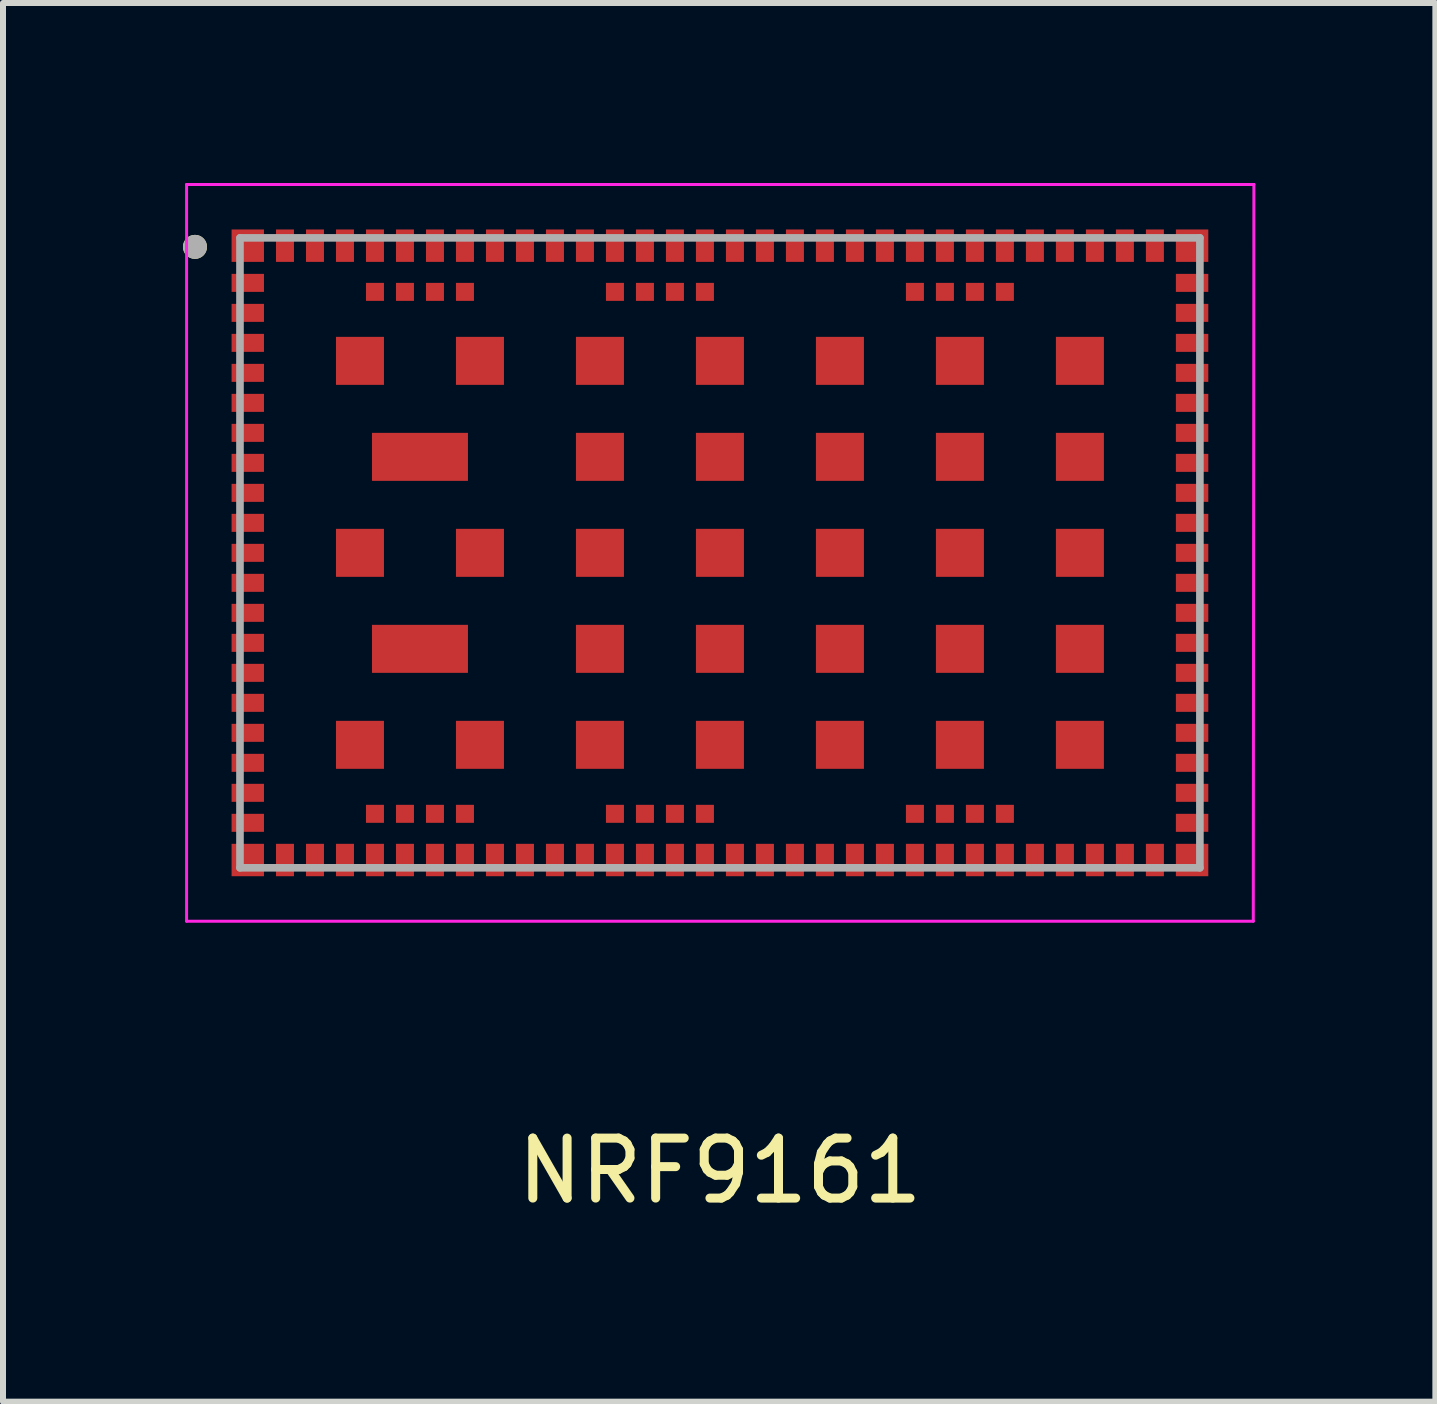
<source format=kicad_pcb>
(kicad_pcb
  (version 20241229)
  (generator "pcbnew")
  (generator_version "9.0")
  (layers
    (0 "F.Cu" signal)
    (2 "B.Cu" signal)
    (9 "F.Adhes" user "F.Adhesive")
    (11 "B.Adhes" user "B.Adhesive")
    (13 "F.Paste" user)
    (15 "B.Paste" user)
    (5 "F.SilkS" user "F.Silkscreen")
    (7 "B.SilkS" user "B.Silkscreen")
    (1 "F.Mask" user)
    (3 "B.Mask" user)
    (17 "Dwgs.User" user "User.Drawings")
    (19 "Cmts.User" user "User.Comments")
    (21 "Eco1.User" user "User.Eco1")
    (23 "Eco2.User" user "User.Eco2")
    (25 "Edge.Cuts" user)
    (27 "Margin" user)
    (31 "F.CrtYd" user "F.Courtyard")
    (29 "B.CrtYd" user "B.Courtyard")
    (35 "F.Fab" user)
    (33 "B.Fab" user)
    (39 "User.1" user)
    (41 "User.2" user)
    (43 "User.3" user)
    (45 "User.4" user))
  (footprint "NRF9161"
    (layer "F.Cu")
    (at 8.95 6.165)
    (property "Reference" "NRF9161" (at 0 10.3 0) (layer "F.SilkS") (effects (font (size 1 1) (thickness 0.15))))
    (attr smd allow_soldermask_bridges)
    (fp_circle (center -8.75 -5.1) (end -8.65 -5.1) (stroke (width 0.2) (type solid)) (fill no) (layer "F.SilkS"))
    (fp_line (start -8.89 -6.14) (end 8.9 -6.14) (stroke (width 0.05) (type solid)) (layer "F.CrtYd"))
    (fp_line (start -8.89 6.14) (end -8.89 -6.14) (stroke (width 0.05) (type solid)) (layer "F.CrtYd"))
    (fp_line (start 8.89 6.14) (end -8.89 6.14) (stroke (width 0.05) (type solid)) (layer "F.CrtYd"))
    (fp_line (start 8.9 -6.14) (end 8.89 6.14) (stroke (width 0.05) (type solid)) (layer "F.CrtYd"))
    (fp_line (start -8 -5.25) (end 8 -5.25) (stroke (width 0.127) (type solid)) (layer "F.Fab"))
    (fp_line (start -8 5.25) (end -8 -5.25) (stroke (width 0.127) (type solid)) (layer "F.Fab"))
    (fp_line (start 8 -5.25) (end 8 5.25) (stroke (width 0.127) (type solid)) (layer "F.Fab"))
    (fp_line (start 8 5.25) (end -8 5.25) (stroke (width 0.127) (type solid)) (layer "F.Fab"))
    (fp_circle (center -8.75 -5.1) (end -8.65 -5.1) (stroke (width 0.2) (type solid)) (fill no) (layer "F.Fab"))
    (pad "1" smd rect (at -7.87 -5.12) (size 0.54 0.54) (layers "F.Cu" "F.Mask" "F.Paste"))
    (pad "2" smd rect (at -7.87 -4.5) (size 0.54 0.3) (layers "F.Cu" "F.Mask" "F.Paste"))
    (pad "3" smd rect (at -7.87 -4) (size 0.54 0.3) (layers "F.Cu" "F.Mask" "F.Paste"))
    (pad "4" smd rect (at -7.87 -3.5) (size 0.54 0.3) (layers "F.Cu" "F.Mask" "F.Paste"))
    (pad "5" smd rect (at -7.87 -3) (size 0.54 0.3) (layers "F.Cu" "F.Mask" "F.Paste"))
    (pad "6" smd rect (at -7.87 -2.5) (size 0.54 0.3) (layers "F.Cu" "F.Mask" "F.Paste"))
    (pad "7" smd rect (at -7.87 -2) (size 0.54 0.3) (layers "F.Cu" "F.Mask" "F.Paste"))
    (pad "8" smd rect (at -7.87 -1.5) (size 0.54 0.3) (layers "F.Cu" "F.Mask" "F.Paste"))
    (pad "9" smd rect (at -7.87 -1) (size 0.54 0.3) (layers "F.Cu" "F.Mask" "F.Paste"))
    (pad "10" smd rect (at -7.87 -0.5) (size 0.54 0.3) (layers "F.Cu" "F.Mask" "F.Paste"))
    (pad "11" smd rect (at -7.87 0) (size 0.54 0.3) (layers "F.Cu" "F.Mask" "F.Paste"))
    (pad "12" smd rect (at -7.87 0.5) (size 0.54 0.3) (layers "F.Cu" "F.Mask" "F.Paste"))
    (pad "13" smd rect (at -7.87 1) (size 0.54 0.3) (layers "F.Cu" "F.Mask" "F.Paste"))
    (pad "14" smd rect (at -7.87 1.5) (size 0.54 0.3) (layers "F.Cu" "F.Mask" "F.Paste"))
    (pad "15" smd rect (at -7.87 2) (size 0.54 0.3) (layers "F.Cu" "F.Mask" "F.Paste"))
    (pad "16" smd rect (at -7.87 2.5) (size 0.54 0.3) (layers "F.Cu" "F.Mask" "F.Paste"))
    (pad "17" smd rect (at -7.87 3) (size 0.54 0.3) (layers "F.Cu" "F.Mask" "F.Paste"))
    (pad "18" smd rect (at -7.87 3.5) (size 0.54 0.3) (layers "F.Cu" "F.Mask" "F.Paste"))
    (pad "19" smd rect (at -7.87 4) (size 0.54 0.3) (layers "F.Cu" "F.Mask" "F.Paste"))
    (pad "20" smd rect (at -7.87 4.5) (size 0.54 0.3) (layers "F.Cu" "F.Mask" "F.Paste"))
    (pad "21" smd rect (at -7.87 5.12) (size 0.54 0.54) (layers "F.Cu" "F.Mask" "F.Paste"))
    (pad "22" smd rect (at -7.25 5.12) (size 0.3 0.54) (layers "F.Cu" "F.Mask" "F.Paste"))
    (pad "23" smd rect (at -6.75 5.12) (size 0.3 0.54) (layers "F.Cu" "F.Mask" "F.Paste"))
    (pad "24" smd rect (at -6.25 5.12) (size 0.3 0.54) (layers "F.Cu" "F.Mask" "F.Paste"))
    (pad "25" smd rect (at -5.75 5.12) (size 0.3 0.54) (layers "F.Cu" "F.Mask" "F.Paste"))
    (pad "26" smd rect (at -5.25 5.12) (size 0.3 0.54) (layers "F.Cu" "F.Mask" "F.Paste"))
    (pad "27" smd rect (at -4.75 5.12) (size 0.3 0.54) (layers "F.Cu" "F.Mask" "F.Paste"))
    (pad "28" smd rect (at -4.25 5.12) (size 0.3 0.54) (layers "F.Cu" "F.Mask" "F.Paste"))
    (pad "29" smd rect (at -3.75 5.12) (size 0.3 0.54) (layers "F.Cu" "F.Mask" "F.Paste"))
    (pad "30" smd rect (at -3.25 5.12) (size 0.3 0.54) (layers "F.Cu" "F.Mask" "F.Paste"))
    (pad "31" smd rect (at -2.75 5.12) (size 0.3 0.54) (layers "F.Cu" "F.Mask" "F.Paste"))
    (pad "32" smd rect (at -2.25 5.12) (size 0.3 0.54) (layers "F.Cu" "F.Mask" "F.Paste"))
    (pad "33" smd rect (at -1.75 5.12) (size 0.3 0.54) (layers "F.Cu" "F.Mask" "F.Paste"))
    (pad "34" smd rect (at -1.25 5.12) (size 0.3 0.54) (layers "F.Cu" "F.Mask" "F.Paste"))
    (pad "35" smd rect (at -0.75 5.12) (size 0.3 0.54) (layers "F.Cu" "F.Mask" "F.Paste"))
    (pad "36" smd rect (at -0.25 5.12) (size 0.3 0.54) (layers "F.Cu" "F.Mask" "F.Paste"))
    (pad "37" smd rect (at 0.25 5.12) (size 0.3 0.54) (layers "F.Cu" "F.Mask" "F.Paste"))
    (pad "38" smd rect (at 0.75 5.12) (size 0.3 0.54) (layers "F.Cu" "F.Mask" "F.Paste"))
    (pad "39" smd rect (at 1.25 5.12) (size 0.3 0.54) (layers "F.Cu" "F.Mask" "F.Paste"))
    (pad "40" smd rect (at 1.75 5.12) (size 0.3 0.54) (layers "F.Cu" "F.Mask" "F.Paste"))
    (pad "41" smd rect (at 2.25 5.12) (size 0.3 0.54) (layers "F.Cu" "F.Mask" "F.Paste"))
    (pad "42" smd rect (at 2.75 5.12) (size 0.3 0.54) (layers "F.Cu" "F.Mask" "F.Paste"))
    (pad "43" smd rect (at 3.25 5.12) (size 0.3 0.54) (layers "F.Cu" "F.Mask" "F.Paste"))
    (pad "44" smd rect (at 3.75 5.12) (size 0.3 0.54) (layers "F.Cu" "F.Mask" "F.Paste"))
    (pad "45" smd rect (at 4.25 5.12) (size 0.3 0.54) (layers "F.Cu" "F.Mask" "F.Paste"))
    (pad "46" smd rect (at 4.75 5.12) (size 0.3 0.54) (layers "F.Cu" "F.Mask" "F.Paste"))
    (pad "47" smd rect (at 5.25 5.12) (size 0.3 0.54) (layers "F.Cu" "F.Mask" "F.Paste"))
    (pad "48" smd rect (at 5.75 5.12) (size 0.3 0.54) (layers "F.Cu" "F.Mask" "F.Paste"))
    (pad "49" smd rect (at 6.25 5.12) (size 0.3 0.54) (layers "F.Cu" "F.Mask" "F.Paste"))
    (pad "50" smd rect (at 6.75 5.12) (size 0.3 0.54) (layers "F.Cu" "F.Mask" "F.Paste"))
    (pad "51" smd rect (at 7.25 5.12) (size 0.3 0.54) (layers "F.Cu" "F.Mask" "F.Paste"))
    (pad "52" smd rect (at 7.87 5.12) (size 0.54 0.54) (layers "F.Cu" "F.Mask" "F.Paste"))
    (pad "53" smd rect (at 7.87 4.5) (size 0.54 0.3) (layers "F.Cu" "F.Mask" "F.Paste"))
    (pad "54" smd rect (at 7.87 4) (size 0.54 0.3) (layers "F.Cu" "F.Mask" "F.Paste"))
    (pad "55" smd rect (at 7.87 3.5) (size 0.54 0.3) (layers "F.Cu" "F.Mask" "F.Paste"))
    (pad "56" smd rect (at 7.87 3) (size 0.54 0.3) (layers "F.Cu" "F.Mask" "F.Paste"))
    (pad "57" smd rect (at 7.87 2.5) (size 0.54 0.3) (layers "F.Cu" "F.Mask" "F.Paste"))
    (pad "58" smd rect (at 7.87 2) (size 0.54 0.3) (layers "F.Cu" "F.Mask" "F.Paste"))
    (pad "59" smd rect (at 7.87 1.5) (size 0.54 0.3) (layers "F.Cu" "F.Mask" "F.Paste"))
    (pad "60" smd rect (at 7.87 1) (size 0.54 0.3) (layers "F.Cu" "F.Mask" "F.Paste"))
    (pad "61" smd rect (at 7.87 0.5) (size 0.54 0.3) (layers "F.Cu" "F.Mask" "F.Paste"))
    (pad "62" smd rect (at 7.87 0) (size 0.54 0.3) (layers "F.Cu" "F.Mask" "F.Paste"))
    (pad "63" smd rect (at 7.87 -0.5) (size 0.54 0.3) (layers "F.Cu" "F.Mask" "F.Paste"))
    (pad "64" smd rect (at 7.87 -1) (size 0.54 0.3) (layers "F.Cu" "F.Mask" "F.Paste"))
    (pad "65" smd rect (at 7.87 -1.5) (size 0.54 0.3) (layers "F.Cu" "F.Mask" "F.Paste"))
    (pad "66" smd rect (at 7.87 -2) (size 0.54 0.3) (layers "F.Cu" "F.Mask" "F.Paste"))
    (pad "67" smd rect (at 7.87 -2.5) (size 0.54 0.3) (layers "F.Cu" "F.Mask" "F.Paste"))
    (pad "68" smd rect (at 7.87 -3) (size 0.54 0.3) (layers "F.Cu" "F.Mask" "F.Paste"))
    (pad "69" smd rect (at 7.87 -3.5) (size 0.54 0.3) (layers "F.Cu" "F.Mask" "F.Paste"))
    (pad "70" smd rect (at 7.87 -4) (size 0.54 0.3) (layers "F.Cu" "F.Mask" "F.Paste"))
    (pad "71" smd rect (at 7.87 -4.5) (size 0.54 0.3) (layers "F.Cu" "F.Mask" "F.Paste"))
    (pad "72" smd rect (at 7.87 -5.12) (size 0.54 0.54) (layers "F.Cu" "F.Mask" "F.Paste"))
    (pad "73" smd rect (at 7.25 -5.12) (size 0.3 0.54) (layers "F.Cu" "F.Mask" "F.Paste"))
    (pad "74" smd rect (at 6.75 -5.12) (size 0.3 0.54) (layers "F.Cu" "F.Mask" "F.Paste"))
    (pad "75" smd rect (at 6.25 -5.12) (size 0.3 0.54) (layers "F.Cu" "F.Mask" "F.Paste"))
    (pad "76" smd rect (at 5.75 -5.12) (size 0.3 0.54) (layers "F.Cu" "F.Mask" "F.Paste"))
    (pad "77" smd rect (at 5.25 -5.12) (size 0.3 0.54) (layers "F.Cu" "F.Mask" "F.Paste"))
    (pad "78" smd rect (at 4.75 -5.12) (size 0.3 0.54) (layers "F.Cu" "F.Mask" "F.Paste"))
    (pad "79" smd rect (at 4.25 -5.12) (size 0.3 0.54) (layers "F.Cu" "F.Mask" "F.Paste"))
    (pad "80" smd rect (at 3.75 -5.12) (size 0.3 0.54) (layers "F.Cu" "F.Mask" "F.Paste"))
    (pad "81" smd rect (at 3.25 -5.12) (size 0.3 0.54) (layers "F.Cu" "F.Mask" "F.Paste"))
    (pad "82" smd rect (at 2.75 -5.12) (size 0.3 0.54) (layers "F.Cu" "F.Mask" "F.Paste"))
    (pad "83" smd rect (at 2.25 -5.12) (size 0.3 0.54) (layers "F.Cu" "F.Mask" "F.Paste"))
    (pad "84" smd rect (at 1.75 -5.12) (size 0.3 0.54) (layers "F.Cu" "F.Mask" "F.Paste"))
    (pad "85" smd rect (at 1.25 -5.12) (size 0.3 0.54) (layers "F.Cu" "F.Mask" "F.Paste"))
    (pad "86" smd rect (at 0.75 -5.12) (size 0.3 0.54) (layers "F.Cu" "F.Mask" "F.Paste"))
    (pad "87" smd rect (at 0.25 -5.12) (size 0.3 0.54) (layers "F.Cu" "F.Mask" "F.Paste"))
    (pad "88" smd rect (at -0.25 -5.12) (size 0.3 0.54) (layers "F.Cu" "F.Mask" "F.Paste"))
    (pad "89" smd rect (at -0.75 -5.12) (size 0.3 0.54) (layers "F.Cu" "F.Mask" "F.Paste"))
    (pad "90" smd rect (at -1.25 -5.12) (size 0.3 0.54) (layers "F.Cu" "F.Mask" "F.Paste"))
    (pad "91" smd rect (at -1.75 -5.12) (size 0.3 0.54) (layers "F.Cu" "F.Mask" "F.Paste"))
    (pad "92" smd rect (at -2.25 -5.12) (size 0.3 0.54) (layers "F.Cu" "F.Mask" "F.Paste"))
    (pad "93" smd rect (at -2.75 -5.12) (size 0.3 0.54) (layers "F.Cu" "F.Mask" "F.Paste"))
    (pad "94" smd rect (at -3.25 -5.12) (size 0.3 0.54) (layers "F.Cu" "F.Mask" "F.Paste"))
    (pad "95" smd rect (at -3.75 -5.12) (size 0.3 0.54) (layers "F.Cu" "F.Mask" "F.Paste"))
    (pad "96" smd rect (at -4.25 -5.12) (size 0.3 0.54) (layers "F.Cu" "F.Mask" "F.Paste"))
    (pad "97" smd rect (at -4.75 -5.12) (size 0.3 0.54) (layers "F.Cu" "F.Mask" "F.Paste"))
    (pad "98" smd rect (at -5.25 -5.12) (size 0.3 0.54) (layers "F.Cu" "F.Mask" "F.Paste"))
    (pad "99" smd rect (at -5.75 -5.12) (size 0.3 0.54) (layers "F.Cu" "F.Mask" "F.Paste"))
    (pad "100" smd rect (at -6.25 -5.12) (size 0.3 0.54) (layers "F.Cu" "F.Mask" "F.Paste"))
    (pad "101" smd rect (at -6.75 -5.12) (size 0.3 0.54) (layers "F.Cu" "F.Mask" "F.Paste"))
    (pad "102" smd rect (at -7.25 -5.12) (size 0.3 0.54) (layers "F.Cu" "F.Mask" "F.Paste"))
    (pad "103" smd rect (at -6 -3.2) (size 0.8 0.8) (layers "F.Cu" "F.Mask" "F.Paste"))
    (pad "103_2" smd rect (at -4 -3.2) (size 0.8 0.8) (layers "F.Cu" "F.Mask" "F.Paste"))
    (pad "103_3" smd rect (at -2 -3.2) (size 0.8 0.8) (layers "F.Cu" "F.Mask" "F.Paste"))
    (pad "103_4" smd rect (at 0 -3.2) (size 0.8 0.8) (layers "F.Cu" "F.Mask" "F.Paste"))
    (pad "103_5" smd rect (at 2 -3.2) (size 0.8 0.8) (layers "F.Cu" "F.Mask" "F.Paste"))
    (pad "103_6" smd rect (at 4 -3.2) (size 0.8 0.8) (layers "F.Cu" "F.Mask" "F.Paste"))
    (pad "103_7" smd rect (at 6 -3.2) (size 0.8 0.8) (layers "F.Cu" "F.Mask" "F.Paste"))
    (pad "103_9" smd rect (at -5 -1.6) (size 1.6 0.8) (layers "F.Cu" "F.Mask" "F.Paste"))
    (pad "103_10" smd rect (at -2 -1.6) (size 0.8 0.8) (layers "F.Cu" "F.Mask" "F.Paste"))
    (pad "103_11" smd rect (at 0 -1.6) (size 0.8 0.8) (layers "F.Cu" "F.Mask" "F.Paste"))
    (pad "103_12" smd rect (at 2 -1.6) (size 0.8 0.8) (layers "F.Cu" "F.Mask" "F.Paste"))
    (pad "103_13" smd rect (at 4 -1.6) (size 0.8 0.8) (layers "F.Cu" "F.Mask" "F.Paste"))
    (pad "103_14" smd rect (at 6 -1.6) (size 0.8 0.8) (layers "F.Cu" "F.Mask" "F.Paste"))
    (pad "103_15" smd rect (at -6 0) (size 0.8 0.8) (layers "F.Cu" "F.Mask" "F.Paste"))
    (pad "103_16" smd rect (at -4 0) (size 0.8 0.8) (layers "F.Cu" "F.Mask" "F.Paste"))
    (pad "103_17" smd rect (at -2 0) (size 0.8 0.8) (layers "F.Cu" "F.Mask" "F.Paste"))
    (pad "103_18" smd rect (at 0 0) (size 0.8 0.8) (layers "F.Cu" "F.Mask" "F.Paste"))
    (pad "103_19" smd rect (at 2 0) (size 0.8 0.8) (layers "F.Cu" "F.Mask" "F.Paste"))
    (pad "103_20" smd rect (at 4 0) (size 0.8 0.8) (layers "F.Cu" "F.Mask" "F.Paste"))
    (pad "103_21" smd rect (at 6 0) (size 0.8 0.8) (layers "F.Cu" "F.Mask" "F.Paste"))
    (pad "103_23" smd rect (at -5 1.6) (size 1.6 0.8) (layers "F.Cu" "F.Mask" "F.Paste"))
    (pad "103_24" smd rect (at -2 1.6) (size 0.8 0.8) (layers "F.Cu" "F.Mask" "F.Paste"))
    (pad "103_25" smd rect (at 0 1.6) (size 0.8 0.8) (layers "F.Cu" "F.Mask" "F.Paste"))
    (pad "103_26" smd rect (at 2 1.6) (size 0.8 0.8) (layers "F.Cu" "F.Mask" "F.Paste"))
    (pad "103_27" smd rect (at 4 1.6) (size 0.8 0.8) (layers "F.Cu" "F.Mask" "F.Paste"))
    (pad "103_28" smd rect (at 6 1.6) (size 0.8 0.8) (layers "F.Cu" "F.Mask" "F.Paste"))
    (pad "103_29" smd rect (at -6 3.2) (size 0.8 0.8) (layers "F.Cu" "F.Mask" "F.Paste"))
    (pad "103_30" smd rect (at -4 3.2) (size 0.8 0.8) (layers "F.Cu" "F.Mask" "F.Paste"))
    (pad "103_31" smd rect (at -2 3.2) (size 0.8 0.8) (layers "F.Cu" "F.Mask" "F.Paste"))
    (pad "103_32" smd rect (at 0 3.2) (size 0.8 0.8) (layers "F.Cu" "F.Mask" "F.Paste"))
    (pad "103_33" smd rect (at 2 3.2) (size 0.8 0.8) (layers "F.Cu" "F.Mask" "F.Paste"))
    (pad "103_34" smd rect (at 4 3.2) (size 0.8 0.8) (layers "F.Cu" "F.Mask" "F.Paste"))
    (pad "103_35" smd rect (at 6 3.2) (size 0.8 0.8) (layers "F.Cu" "F.Mask" "F.Paste"))
    (pad "104" smd rect (at -5.75 4.35) (size 0.3 0.3) (layers "F.Cu" "F.Mask" "F.Paste"))
    (pad "105" smd rect (at -5.25 4.35) (size 0.3 0.3) (layers "F.Cu" "F.Mask" "F.Paste"))
    (pad "106" smd rect (at -4.75 4.35) (size 0.3 0.3) (layers "F.Cu" "F.Mask" "F.Paste"))
    (pad "107" smd rect (at -4.25 4.35) (size 0.3 0.3) (layers "F.Cu" "F.Mask" "F.Paste"))
    (pad "108" smd rect (at -1.75 4.35) (size 0.3 0.3) (layers "F.Cu" "F.Mask" "F.Paste"))
    (pad "109" smd rect (at -1.25 4.35) (size 0.3 0.3) (layers "F.Cu" "F.Mask" "F.Paste"))
    (pad "110" smd rect (at -0.75 4.35) (size 0.3 0.3) (layers "F.Cu" "F.Mask" "F.Paste"))
    (pad "111" smd rect (at -0.25 4.35) (size 0.3 0.3) (layers "F.Cu" "F.Mask" "F.Paste"))
    (pad "112" smd rect (at 3.25 4.35) (size 0.3 0.3) (layers "F.Cu" "F.Mask" "F.Paste"))
    (pad "113" smd rect (at 3.75 4.35) (size 0.3 0.3) (layers "F.Cu" "F.Mask" "F.Paste"))
    (pad "114" smd rect (at 4.25 4.35) (size 0.3 0.3) (layers "F.Cu" "F.Mask" "F.Paste"))
    (pad "115" smd rect (at 4.75 4.35) (size 0.3 0.3) (layers "F.Cu" "F.Mask" "F.Paste"))
    (pad "116" smd rect (at 4.75 -4.35) (size 0.3 0.3) (layers "F.Cu" "F.Mask" "F.Paste"))
    (pad "117" smd rect (at 4.25 -4.35) (size 0.3 0.3) (layers "F.Cu" "F.Mask" "F.Paste"))
    (pad "118" smd rect (at 3.75 -4.35) (size 0.3 0.3) (layers "F.Cu" "F.Mask" "F.Paste"))
    (pad "119" smd rect (at 3.25 -4.35) (size 0.3 0.3) (layers "F.Cu" "F.Mask" "F.Paste"))
    (pad "120" smd rect (at -0.25 -4.35) (size 0.3 0.3) (layers "F.Cu" "F.Mask" "F.Paste"))
    (pad "121" smd rect (at -0.75 -4.35) (size 0.3 0.3) (layers "F.Cu" "F.Mask" "F.Paste"))
    (pad "122" smd rect (at -1.25 -4.35) (size 0.3 0.3) (layers "F.Cu" "F.Mask" "F.Paste"))
    (pad "123" smd rect (at -1.75 -4.35) (size 0.3 0.3) (layers "F.Cu" "F.Mask" "F.Paste"))
    (pad "124" smd rect (at -4.25 -4.35) (size 0.3 0.3) (layers "F.Cu" "F.Mask" "F.Paste"))
    (pad "125" smd rect (at -4.75 -4.35) (size 0.3 0.3) (layers "F.Cu" "F.Mask" "F.Paste"))
    (pad "126" smd rect (at -5.25 -4.35) (size 0.3 0.3) (layers "F.Cu" "F.Mask" "F.Paste"))
    (pad "127" smd rect (at -5.75 -4.35) (size 0.3 0.3) (layers "F.Cu" "F.Mask" "F.Paste")))
  (gr_rect
    (start -3 -3)
    (end 20.875 20.313)
    (stroke (width 0.1) (type default))
    (fill no)
    (layer "Edge.Cuts")))
</source>
